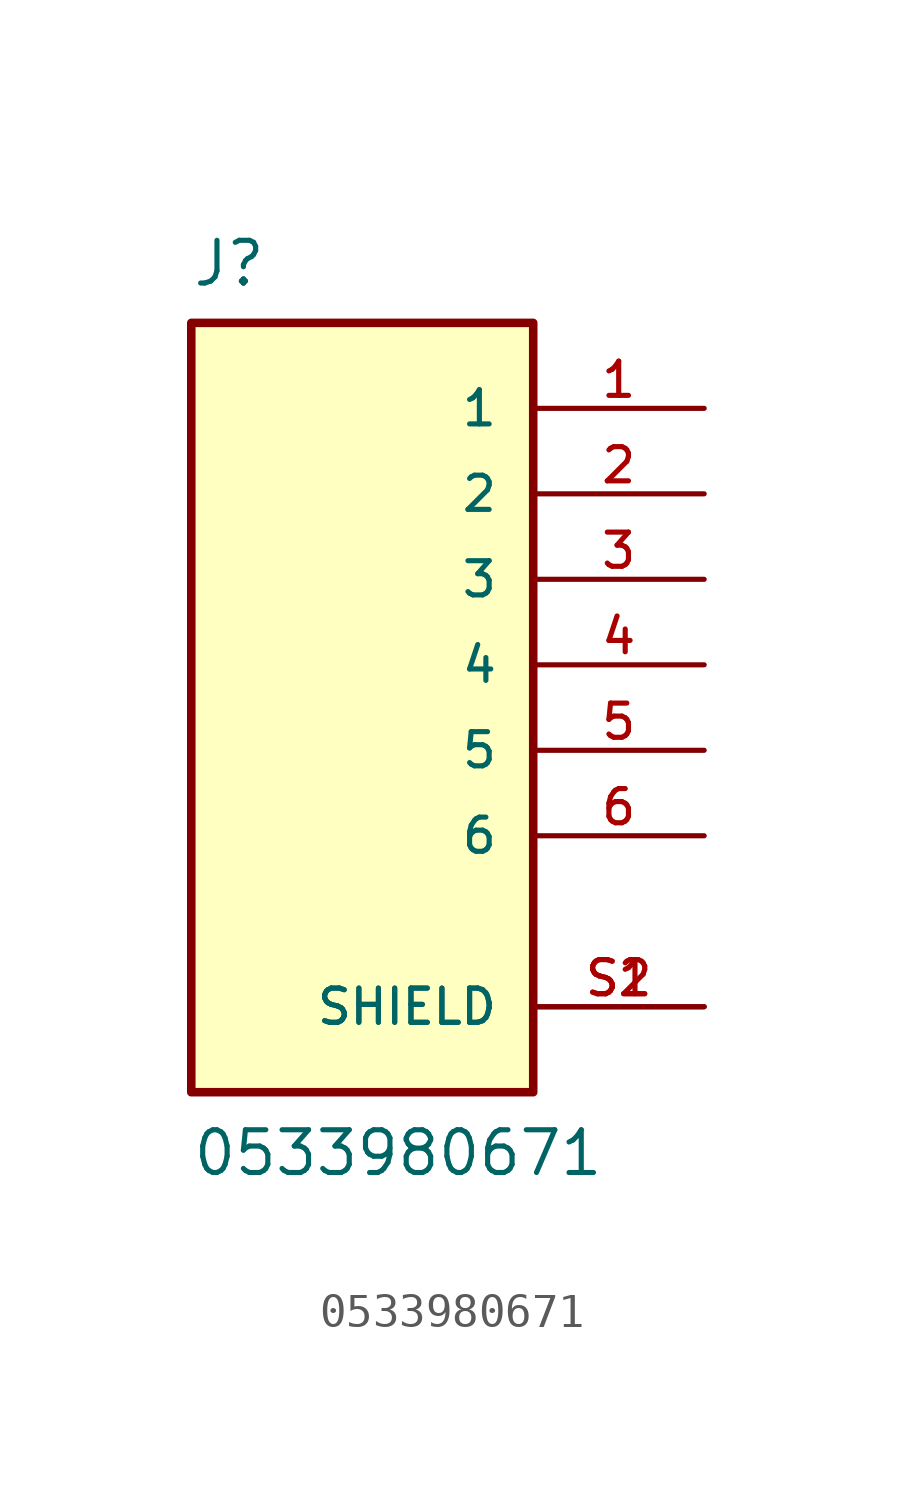
<source format=kicad_sym>
(kicad_symbol_lib
  (version 20211014)
  (generator kicad_symbol_editor)
  (symbol "0533980671"
    (pin_names
      (offset 1.016))
    (property "Reference" "J"
      (at -5.082 11.18 0)
      (effects (font (size 1.27 1.27)) (justify bottom left)))
    (property "Value" "0533980671"
      (at -5.083 -15.249 0)
      (effects (font (size 1.27 1.27)) (justify bottom left)))
    (symbol "0533980671_0_0"
      (rectangle (start -5.08 -12.7) (end 5.08 10.16) (stroke (width 0.254)) (fill (type background)))
      (pin passive line (at 10.16 7.62 180.0) (length 5.08) (name "1" (effects (font (size 1.016 1.016)))) (number "1" (effects (font (size 1.016 1.016)))))
      (pin passive line (at 10.16 5.08 180.0) (length 5.08) (name "2" (effects (font (size 1.016 1.016)))) (number "2" (effects (font (size 1.016 1.016)))))
      (pin passive line (at 10.16 2.54 180.0) (length 5.08) (name "3" (effects (font (size 1.016 1.016)))) (number "3" (effects (font (size 1.016 1.016)))))
      (pin passive line (at 10.16 0.0 180.0) (length 5.08) (name "4" (effects (font (size 1.016 1.016)))) (number "4" (effects (font (size 1.016 1.016)))))
      (pin passive line (at 10.16 -2.54 180.0) (length 5.08) (name "5" (effects (font (size 1.016 1.016)))) (number "5" (effects (font (size 1.016 1.016)))))
      (pin passive line (at 10.16 -10.16 180.0) (length 5.08) (name "SHIELD" (effects (font (size 1.016 1.016)))) (number "S1" (effects (font (size 1.016 1.016)))))
      (pin passive line (at 10.16 -10.16 180.0) (length 5.08) (name "SHIELD" (effects (font (size 1.016 1.016)))) (number "S2" (effects (font (size 1.016 1.016)))))
      (pin passive line (at 10.16 -5.08 180.0) (length 5.08) (name "6" (effects (font (size 1.016 1.016)))) (number "6" (effects (font (size 1.016 1.016))))))))
</source>
